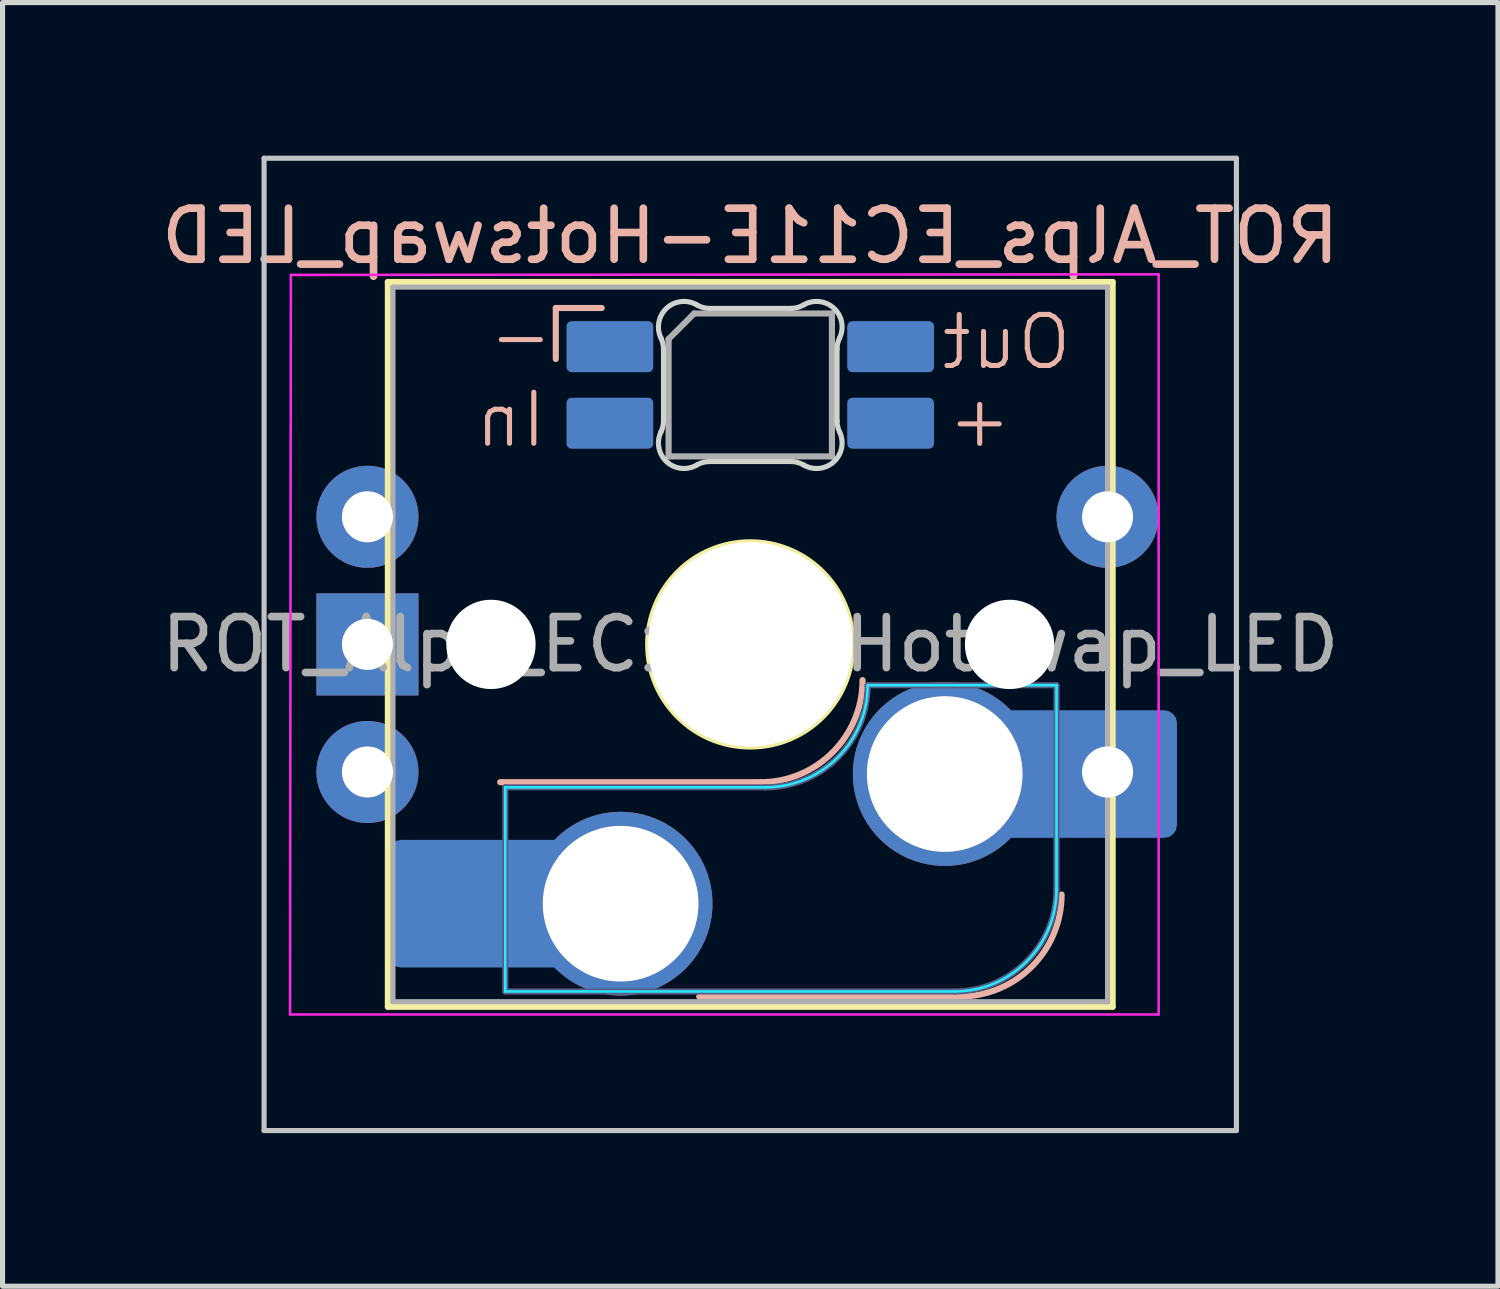
<source format=kicad_pcb>
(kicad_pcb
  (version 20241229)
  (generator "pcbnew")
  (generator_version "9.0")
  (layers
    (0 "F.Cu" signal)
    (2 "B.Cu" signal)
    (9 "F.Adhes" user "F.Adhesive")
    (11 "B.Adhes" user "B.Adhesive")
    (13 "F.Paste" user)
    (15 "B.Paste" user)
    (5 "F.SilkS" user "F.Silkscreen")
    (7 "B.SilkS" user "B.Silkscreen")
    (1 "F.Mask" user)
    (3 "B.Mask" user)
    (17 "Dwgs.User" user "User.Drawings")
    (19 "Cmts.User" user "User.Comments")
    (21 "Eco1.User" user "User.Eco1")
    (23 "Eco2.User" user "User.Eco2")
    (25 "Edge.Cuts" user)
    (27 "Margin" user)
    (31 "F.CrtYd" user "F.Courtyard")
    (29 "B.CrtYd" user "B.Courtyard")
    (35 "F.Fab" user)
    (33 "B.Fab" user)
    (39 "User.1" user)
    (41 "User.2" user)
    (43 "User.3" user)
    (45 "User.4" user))
  (footprint "ROT_Alps_EC11E-Hotswap_LED"
    (layer "F.Cu")
    (at 11.649 9.575)
    (property "Reference" "ROT_Alps_EC11E-Hotswap_LED" (at 0 -8.001 0) (layer "B.SilkS") (effects (font (size 1 1) (thickness 0.15)) (justify mirror)))
    (attr through_hole)
    (fp_line (start -7.1 -7.1) (end -7.1 7.1) (stroke (width 0.12) (type solid)) (layer "F.SilkS"))
    (fp_line (start -7.1 7.1) (end 7.1 7.1) (stroke (width 0.12) (type solid)) (layer "F.SilkS"))
    (fp_line (start 7.1 -7.1) (end -7.1 -7.1) (stroke (width 0.12) (type solid)) (layer "F.SilkS"))
    (fp_line (start 7.1 7.1) (end 7.1 -7.1) (stroke (width 0.12) (type solid)) (layer "F.SilkS"))
    (fp_circle (center 0 0) (end 2 0) (stroke (width 0.12) (type solid)) (fill no) (layer "F.SilkS"))
    (fp_line (start -3.81 -6.591) (end -2.91 -6.591) (stroke (width 0.12) (type solid)) (layer "B.SilkS"))
    (fp_line (start -3.81 -5.591) (end -3.81 -6.591) (stroke (width 0.12) (type solid)) (layer "B.SilkS"))
    (fp_line (start 0.2 2.7) (end -4.9 2.7) (stroke (width 0.12) (type solid)) (layer "B.SilkS"))
    (fp_line (start 4.1 6.9) (end -1 6.9) (stroke (width 0.12) (type solid)) (layer "B.SilkS"))
    (fp_arc (start 2.2 0.7) (mid 1.614214 2.114214) (end 0.2 2.7) (stroke (width 0.12) (type solid)) (layer "B.SilkS"))
    (fp_arc (start 6.1 4.9) (mid 5.514214 6.314214) (end 4.1 6.9) (stroke (width 0.12) (type solid)) (layer "B.SilkS"))
    (fp_line (start -9.525 -9.525) (end -9.525 9.525) (stroke (width 0.1) (type solid)) (layer "Dwgs.User"))
    (fp_line (start -9.525 9.525) (end 9.525 9.525) (stroke (width 0.1) (type solid)) (layer "Dwgs.User"))
    (fp_line (start 9.525 -9.525) (end -9.525 -9.525) (stroke (width 0.1) (type solid)) (layer "Dwgs.User"))
    (fp_line (start 9.525 9.525) (end 9.525 -9.525) (stroke (width 0.1) (type solid)) (layer "Dwgs.User"))
    (fp_line (start -0.25 -0.25) (end 0 0) (stroke (width 0.12) (type solid)) (layer "Cmts.User"))
    (fp_line (start 0 0) (end -0.25 0.25) (stroke (width 0.12) (type solid)) (layer "Cmts.User"))
    (fp_line (start 0 0) (end 0.25 0.25) (stroke (width 0.12) (type solid)) (layer "Cmts.User"))
    (fp_line (start 0.25 -0.25) (end 0 0) (stroke (width 0.12) (type solid)) (layer "Cmts.User"))
    (fp_line (start -7.8 -6) (end -7 -6) (stroke (width 0.1) (type solid)) (layer "Eco1.User"))
    (fp_line (start -7.8 -2.9) (end -7.8 -6) (stroke (width 0.1) (type solid)) (layer "Eco1.User"))
    (fp_line (start -7.8 2.9) (end -7 2.9) (stroke (width 0.1) (type solid)) (layer "Eco1.User"))
    (fp_line (start -7.8 6) (end -7.8 2.9) (stroke (width 0.1) (type solid)) (layer "Eco1.User"))
    (fp_line (start -7 -6) (end -7 -7) (stroke (width 0.1) (type solid)) (layer "Eco1.User"))
    (fp_line (start -7 -2.9) (end -7.8 -2.9) (stroke (width 0.1) (type solid)) (layer "Eco1.User"))
    (fp_line (start -7 2.9) (end -7 -2.9) (stroke (width 0.1) (type solid)) (layer "Eco1.User"))
    (fp_line (start -7 6) (end -7.8 6) (stroke (width 0.1) (type solid)) (layer "Eco1.User"))
    (fp_line (start -7 7) (end -7 6) (stroke (width 0.1) (type solid)) (layer "Eco1.User"))
    (fp_line (start 7 -7) (end 7 -6) (stroke (width 0.1) (type solid)) (layer "Eco1.User"))
    (fp_line (start 7 -6) (end 7.8 -6) (stroke (width 0.1) (type solid)) (layer "Eco1.User"))
    (fp_line (start 7 -2.9) (end 7 2.9) (stroke (width 0.1) (type solid)) (layer "Eco1.User"))
    (fp_line (start 7 2.9) (end 7.8 2.9) (stroke (width 0.1) (type solid)) (layer "Eco1.User"))
    (fp_line (start 7 6) (end 7 7) (stroke (width 0.1) (type solid)) (layer "Eco1.User"))
    (fp_line (start 7 7) (end -7 7) (stroke (width 0.1) (type solid)) (layer "Eco1.User"))
    (fp_line (start 7.8 -6) (end 7.8 -2.9) (stroke (width 0.1) (type solid)) (layer "Eco1.User"))
    (fp_line (start 7.8 -2.9) (end 7 -2.9) (stroke (width 0.1) (type solid)) (layer "Eco1.User"))
    (fp_line (start 7.8 2.9) (end 7.8 6) (stroke (width 0.1) (type solid)) (layer "Eco1.User"))
    (fp_line (start 7.8 6) (end 7 6) (stroke (width 0.1) (type solid)) (layer "Eco1.User"))
    (fp_line (start -1.7 -5.786) (end -1.7 -4.38) (stroke (width 0.1) (type solid)) (layer "Edge.Cuts"))
    (fp_line (start -0.794 -3.583) (end 0.794 -3.583) (stroke (width 0.1) (type solid)) (layer "Edge.Cuts"))
    (fp_line (start 0.794 -6.583) (end -0.794 -6.583) (stroke (width 0.1) (type solid)) (layer "Edge.Cuts"))
    (fp_line (start 1.7 -4.38) (end 1.7 -5.786) (stroke (width 0.1) (type solid)) (layer "Edge.Cuts"))
    (fp_arc (start -1.749484 -6.00272) (mid -1.712518 -5.897071) (end -1.699999 -5.785843) (stroke (width 0.1) (type solid)) (layer "Edge.Cuts"))
    (fp_arc (start -1.749484 -6.00272) (mid -1.638071 -6.587034) (end -1.046711 -6.651298) (stroke (width 0.1) (type solid)) (layer "Edge.Cuts"))
    (fp_arc (start -1.699999 -4.380158) (mid -1.712528 -4.268932) (end -1.749484 -4.16328) (stroke (width 0.1) (type solid)) (layer "Edge.Cuts"))
    (fp_arc (start -1.046711 -3.514701) (mid -1.638072 -3.578965) (end -1.749484 -4.163281) (stroke (width 0.1) (type solid)) (layer "Edge.Cuts"))
    (fp_arc (start -1.046711 -3.514701) (mid -0.925123 -3.565623) (end -0.794452 -3.583) (stroke (width 0.1) (type solid)) (layer "Edge.Cuts"))
    (fp_arc (start -0.794453 -6.582999) (mid -0.925123 -6.600376) (end -1.046711 -6.651298) (stroke (width 0.1) (type solid)) (layer "Edge.Cuts"))
    (fp_arc (start 0.794452 -3.583) (mid 0.925122 -3.565623) (end 1.04671 -3.514701) (stroke (width 0.1) (type solid)) (layer "Edge.Cuts"))
    (fp_arc (start 1.046711 -6.651299) (mid 0.925123 -6.600377) (end 0.794453 -6.583) (stroke (width 0.1) (type solid)) (layer "Edge.Cuts"))
    (fp_arc (start 1.046711 -6.651299) (mid 1.638071 -6.587036) (end 1.749484 -6.00272) (stroke (width 0.1) (type solid)) (layer "Edge.Cuts"))
    (fp_arc (start 1.699999 -5.785842) (mid 1.712528 -5.897068) (end 1.749484 -6.00272) (stroke (width 0.1) (type solid)) (layer "Edge.Cuts"))
    (fp_arc (start 1.749484 -4.16328) (mid 1.63807 -3.578966) (end 1.046711 -3.514703) (stroke (width 0.1) (type solid)) (layer "Edge.Cuts"))
    (fp_arc (start 1.749484 -4.16328) (mid 1.71251 -4.268929) (end 1.699999 -4.380157) (stroke (width 0.1) (type solid)) (layer "Edge.Cuts"))
    (fp_line (start -4.8 6.8) (end -4.8 2.8) (stroke (width 0.05) (type solid)) (layer "B.CrtYd"))
    (fp_line (start 0.3 2.8) (end -4.8 2.8) (stroke (width 0.05) (type solid)) (layer "B.CrtYd"))
    (fp_line (start 4 6.8) (end -4.8 6.8) (stroke (width 0.05) (type solid)) (layer "B.CrtYd"))
    (fp_line (start 6 0.8) (end 2.3 0.8) (stroke (width 0.05) (type solid)) (layer "B.CrtYd"))
    (fp_line (start 6 0.8) (end 6 4.8) (stroke (width 0.05) (type solid)) (layer "B.CrtYd"))
    (fp_arc (start 2.3 0.8) (mid 1.714214 2.214214) (end 0.3 2.8) (stroke (width 0.05) (type solid)) (layer "B.CrtYd"))
    (fp_arc (start 6 4.8) (mid 5.414214 6.214214) (end 4 6.8) (stroke (width 0.05) (type solid)) (layer "B.CrtYd"))
    (fp_line (start -9.017 7.25) (end 8.001 7.25) (stroke (width 0.05) (type solid)) (layer "F.CrtYd"))
    (fp_line (start -9 -7.239) (end -9.017 7.25) (stroke (width 0.05) (type solid)) (layer "F.CrtYd"))
    (fp_line (start -9 -7.239) (end 8.001 -7.25) (stroke (width 0.05) (type solid)) (layer "F.CrtYd"))
    (fp_line (start 8.001 7.25) (end 8.001 -7.25) (stroke (width 0.05) (type solid)) (layer "F.CrtYd"))
    (fp_line (start -4.8 6.8) (end -4.8 2.8) (stroke (width 0.12) (type solid)) (layer "B.Fab"))
    (fp_line (start 0.3 2.8) (end -4.8 2.8) (stroke (width 0.12) (type solid)) (layer "B.Fab"))
    (fp_line (start 4 6.8) (end -4.8 6.8) (stroke (width 0.12) (type solid)) (layer "B.Fab"))
    (fp_line (start 6 0.8) (end 2.3 0.8) (stroke (width 0.12) (type solid)) (layer "B.Fab"))
    (fp_line (start 6 0.8) (end 6 4.8) (stroke (width 0.12) (type solid)) (layer "B.Fab"))
    (fp_arc (start 2.3 0.8) (mid 1.714214 2.214214) (end 0.3 2.8) (stroke (width 0.12) (type solid)) (layer "B.Fab"))
    (fp_arc (start 6 4.8) (mid 5.414214 6.214214) (end 4 6.8) (stroke (width 0.12) (type solid)) (layer "B.Fab"))
    (fp_line (start -7 -7) (end -7 7) (stroke (width 0.1) (type solid)) (layer "F.Fab"))
    (fp_line (start -7 7) (end 7 7) (stroke (width 0.1) (type solid)) (layer "F.Fab"))
    (fp_line (start -1.6 -5.983) (end -1.6 -3.683) (stroke (width 0.12) (type solid)) (layer "F.Fab"))
    (fp_line (start -1.6 -5.983) (end -1.1 -6.483) (stroke (width 0.12) (type solid)) (layer "F.Fab"))
    (fp_line (start -1.6 -3.683) (end 1.6 -3.683) (stroke (width 0.12) (type solid)) (layer "F.Fab"))
    (fp_line (start 1.6 -6.483) (end -1.1 -6.483) (stroke (width 0.12) (type solid)) (layer "F.Fab"))
    (fp_line (start 1.6 -6.483) (end 1.6 -3.683) (stroke (width 0.12) (type solid)) (layer "F.Fab"))
    (fp_line (start 7 -7) (end -7 -7) (stroke (width 0.1) (type solid)) (layer "F.Fab"))
    (fp_line (start 7 7) (end 7 -7) (stroke (width 0.1) (type solid)) (layer "F.Fab"))
    (fp_text user "Out" (at 6.35 -5.337 0) (unlocked yes) (layer "B.SilkS") (effects (font (size 1 1) (thickness 0.1)) (justify left bottom mirror)))
    (fp_text user "In" (at -3.937 -3.813 0) (unlocked yes) (layer "B.SilkS") (effects (font (size 1 1) (thickness 0.1)) (justify left bottom mirror)))
    (fp_text user "-" (at -3.81 -6.48 180) (unlocked yes) (layer "B.SilkS") (effects (font (size 1 1) (thickness 0.1)) (justify left bottom)))
    (fp_text user "+" (at 3.81 -4.829 180) (unlocked yes) (layer "B.SilkS") (effects (font (size 1 1) (thickness 0.1)) (justify left bottom mirror)))
    (fp_text user "${REFERENCE}" (at 0 0 0) (layer "F.Fab") (effects (font (size 1 1) (thickness 0.15))))
    (pad "" smd roundrect (at -5.842 5.08 180) (size 2.55 2.5) (layers "B.Mask" "B.Paste") (roundrect_rratio 0.1))
    (pad "" np_thru_hole circle (at -5.08 0 180) (size 1.75 1.75) (drill 1.75) (layers "*.Cu" "*.Mask"))
    (pad "" np_thru_hole circle (at 0 0 180) (size 4 4) (drill 4) (layers "*.Cu" "*.Mask"))
    (pad "" np_thru_hole circle (at 5.08 0 180) (size 1.75 1.75) (drill 1.75) (layers "*.Cu" "*.Mask"))
    (pad "" smd roundrect (at 7.085 2.54 180) (size 2.55 2.5) (layers "B.Mask" "B.Paste") (roundrect_rratio 0.1))
    (pad "3" smd roundrect (at 2.75 -4.333 270) (size 1 1.7) (layers "B.Cu" "B.Mask" "B.Paste") (roundrect_rratio 0.1))
    (pad "4" smd roundrect (at 2.75 -5.833 270) (size 1 1.7) (layers "B.Cu" "B.Mask" "B.Paste") (roundrect_rratio 0.1))
    (pad "5" smd roundrect (at -2.75 -4.333 90) (size 1 1.7) (layers "B.Cu" "B.Mask" "B.Paste") (roundrect_rratio 0.1))
    (pad "6" smd roundrect (at -2.75 -5.833 90) (size 1 1.7) (layers "B.Cu" "B.Mask" "B.Paste") (roundrect_rratio 0.1))
    (pad "A" thru_hole circle (at -7.5 -2.5) (size 2 2) (drill 1) (layers "*.Cu" "B.Mask"))
    (pad "B" thru_hole circle (at -7.5 2.5) (size 2 2) (drill 1) (layers "*.Cu" "B.Mask"))
    (pad "C" thru_hole rect (at -7.5 0) (size 2 2) (drill 1) (layers "*.Cu" "B.Mask"))
    (pad "S1" thru_hole circle (at 3.81 2.54 180) (size 3.6 3.6) (drill 3.05) (layers "*.Cu" "*.Mask"))
    (pad "S1" smd roundrect (at 6.585 2.54 180) (size 3.55 2.5) (layers "B.Cu") (roundrect_rratio 0.1))
    (pad "S1" thru_hole circle (at 7 2.5) (size 2 2) (drill 1) (layers "*.Cu" "B.Mask"))
    (pad "S2" smd roundrect (at -5.32 5.08 180) (size 3.55 2.5) (layers "B.Cu") (roundrect_rratio 0.1))
    (pad "S2" thru_hole circle (at -2.54 5.08 270) (size 3.6 3.6) (drill 3.05) (layers "*.Cu" "*.Mask"))
    (pad "S2" thru_hole circle (at 7 -2.5) (size 2 2) (drill 1) (layers "*.Cu" "B.Mask")))
  (gr_rect
    (start -3 -3)
    (end 26.298 22.15)
    (stroke (width 0.1) (type default))
    (fill no)
    (layer "Edge.Cuts")))
</source>
